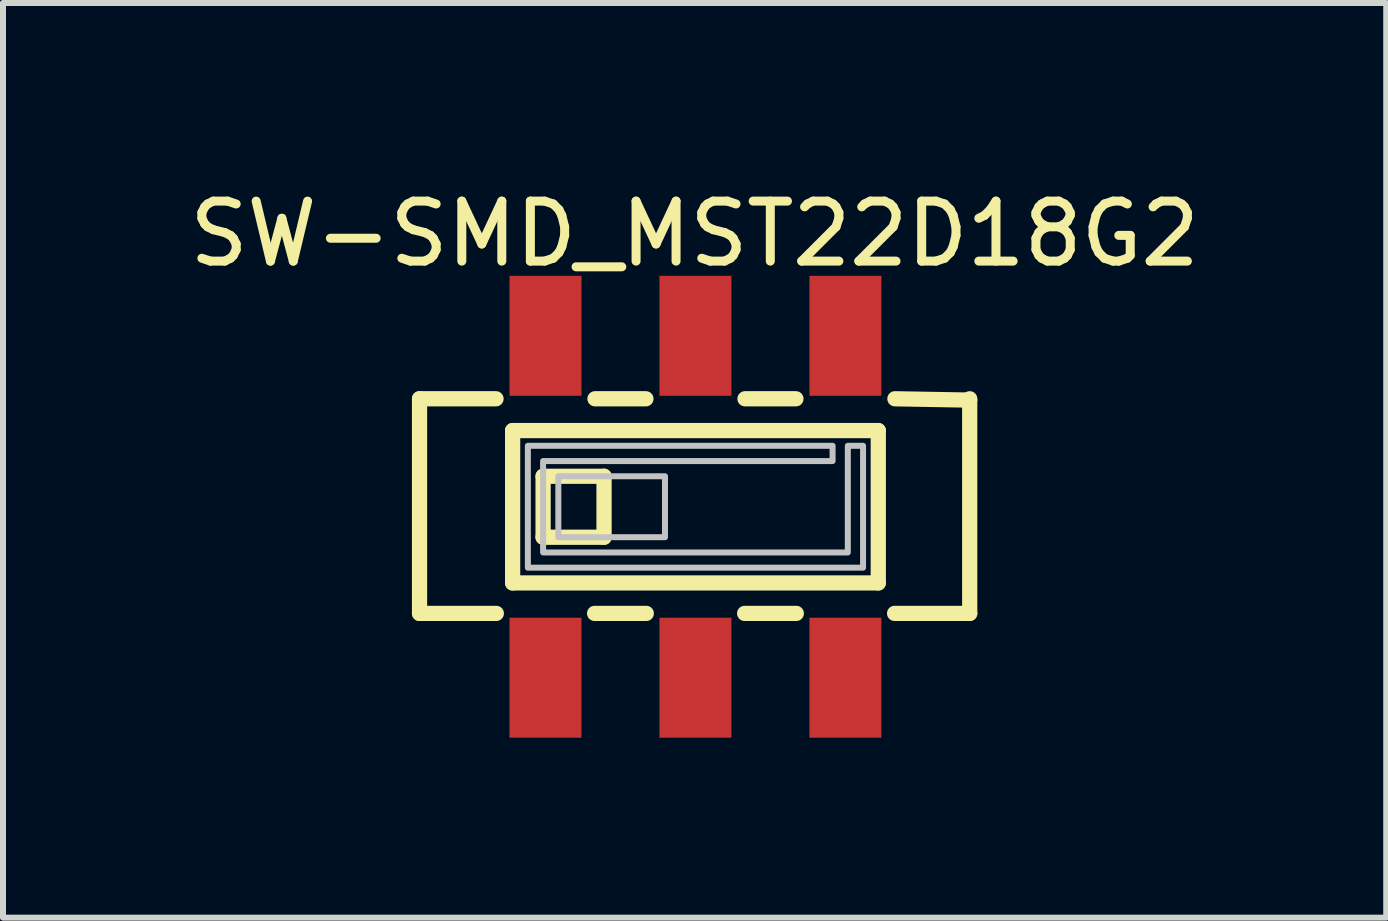
<source format=kicad_pcb>
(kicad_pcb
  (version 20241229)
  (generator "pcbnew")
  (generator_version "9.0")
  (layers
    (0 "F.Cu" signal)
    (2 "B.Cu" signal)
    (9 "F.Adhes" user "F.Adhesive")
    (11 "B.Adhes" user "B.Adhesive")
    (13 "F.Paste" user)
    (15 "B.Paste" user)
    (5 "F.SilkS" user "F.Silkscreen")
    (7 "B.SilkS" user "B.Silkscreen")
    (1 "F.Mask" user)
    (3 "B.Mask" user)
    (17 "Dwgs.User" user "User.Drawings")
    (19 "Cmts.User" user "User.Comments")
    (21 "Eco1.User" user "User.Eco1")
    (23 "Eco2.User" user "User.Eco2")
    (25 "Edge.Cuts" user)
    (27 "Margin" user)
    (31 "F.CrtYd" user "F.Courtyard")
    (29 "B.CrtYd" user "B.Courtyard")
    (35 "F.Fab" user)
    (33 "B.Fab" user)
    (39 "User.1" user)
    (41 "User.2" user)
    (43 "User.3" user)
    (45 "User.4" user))
  (footprint "SW-SMD_MST22D18G2"
    (layer "F.Cu")
    (at 8.544 5.398)
    (property "Reference" "SW-SMD_MST22D18G2" (at -0.014 -4.55 0) (layer "F.SilkS") (effects (font (size 1 1) (thickness 0.15))))
    (fp_line (start -4.6 -1.8) (end -4.6 1.778) (stroke (width 0.254) (type default)) (layer "F.SilkS"))
    (fp_line (start -4.6 -1.8) (end -3.325 -1.8) (stroke (width 0.254) (type default)) (layer "F.SilkS"))
    (fp_line (start -3.32 1.778) (end -4.6 1.778) (stroke (width 0.254) (type default)) (layer "F.SilkS"))
    (fp_line (start -3.048 -1.27) (end 3.048 -1.27) (stroke (width 0.254) (type default)) (layer "F.SilkS"))
    (fp_line (start -3.048 1.27) (end -3.048 -1.27) (stroke (width 0.254) (type default)) (layer "F.SilkS"))
    (fp_line (start -2.54 -0.508) (end -1.524 -0.508) (stroke (width 0.254) (type default)) (layer "F.SilkS"))
    (fp_line (start -2.54 0.508) (end -2.54 -0.508) (stroke (width 0.254) (type default)) (layer "F.SilkS"))
    (fp_line (start -1.675 -1.8) (end -0.826 -1.8) (stroke (width 0.254) (type default)) (layer "F.SilkS"))
    (fp_line (start -1.524 -0.508) (end -1.524 0.508) (stroke (width 0.254) (type default)) (layer "F.SilkS"))
    (fp_line (start -1.524 0.508) (end -2.54 0.508) (stroke (width 0.254) (type default)) (layer "F.SilkS"))
    (fp_line (start -0.82 1.778) (end -1.681 1.778) (stroke (width 0.254) (type default)) (layer "F.SilkS"))
    (fp_line (start 0.826 -1.8) (end 1.675 -1.8) (stroke (width 0.254) (type default)) (layer "F.SilkS"))
    (fp_line (start 1.681 1.778) (end 0.82 1.778) (stroke (width 0.254) (type default)) (layer "F.SilkS"))
    (fp_line (start 3.048 -1.27) (end 3.048 1.27) (stroke (width 0.254) (type default)) (layer "F.SilkS"))
    (fp_line (start 3.048 1.27) (end -3.048 1.27) (stroke (width 0.254) (type default)) (layer "F.SilkS"))
    (fp_line (start 3.325 -1.8) (end 4.572 -1.778) (stroke (width 0.254) (type default)) (layer "F.SilkS"))
    (fp_line (start 4.572 1.778) (end 3.32 1.778) (stroke (width 0.254) (type default)) (layer "F.SilkS"))
    (fp_line (start 4.572 1.778) (end 4.572 -1.8) (stroke (width 0.254) (type default)) (layer "F.SilkS"))
    (fp_poly (pts (xy -2.286 -0.508) (xy -2.286 0.508) (xy -0.508 0.508) (xy -0.508 -0.508)) (stroke (width 0.1) (type default)) (fill no) (layer "Dwgs.User"))
    (fp_poly (pts (xy -2.54 -1.016) (xy -2.794 -1.016) (xy -2.794 1.016) (xy 2.794 1.016) (xy 2.794 -1.016) (xy 2.54 -1.016) (xy 2.54 0.762) (xy -2.54 0.762) (xy -2.54 -0.762) (xy 2.286 -0.762) (xy 2.286 -1.016)) (stroke (width 0.1) (type default)) (fill no) (layer "Dwgs.User"))
    (fp_poly (pts (xy -2.75 -2.625) (xy -2.75 -3.425) (xy -2.25 -3.425) (xy -2.25 -2.625)) (stroke (width 0.1) (type default)) (fill no) (layer "User.1"))
    (fp_poly (pts (xy -2.75 -1.79) (xy -2.75 -2.635) (xy -2.25 -2.635) (xy -2.25 -1.79)) (stroke (width 0.1) (type default)) (fill no) (layer "User.1"))
    (fp_poly (pts (xy -2.75 2.635) (xy -2.75 1.79) (xy -2.25 1.79) (xy -2.25 2.635)) (stroke (width 0.1) (type default)) (fill no) (layer "User.1"))
    (fp_poly (pts (xy -2.75 3.425) (xy -2.75 2.625) (xy -2.25 2.625) (xy -2.25 3.425)) (stroke (width 0.1) (type default)) (fill no) (layer "User.1"))
    (fp_poly (pts (xy -0.25 -2.625) (xy -0.25 -3.425) (xy 0.25 -3.425) (xy 0.25 -2.625)) (stroke (width 0.1) (type default)) (fill no) (layer "User.1"))
    (fp_poly (pts (xy -0.25 -1.79) (xy -0.25 -2.635) (xy 0.25 -2.635) (xy 0.25 -1.79)) (stroke (width 0.1) (type default)) (fill no) (layer "User.1"))
    (fp_poly (pts (xy -0.25 2.635) (xy -0.25 1.79) (xy 0.25 1.79) (xy 0.25 2.635)) (stroke (width 0.1) (type default)) (fill no) (layer "User.1"))
    (fp_poly (pts (xy -0.25 3.425) (xy -0.25 2.625) (xy 0.25 2.625) (xy 0.25 3.425)) (stroke (width 0.1) (type default)) (fill no) (layer "User.1"))
    (fp_poly (pts (xy 2.25 -2.625) (xy 2.25 -3.425) (xy 2.75 -3.425) (xy 2.75 -2.625)) (stroke (width 0.1) (type default)) (fill no) (layer "User.1"))
    (fp_poly (pts (xy 2.25 -1.79) (xy 2.25 -2.635) (xy 2.75 -2.635) (xy 2.75 -1.79)) (stroke (width 0.1) (type default)) (fill no) (layer "User.1"))
    (fp_poly (pts (xy 2.25 2.635) (xy 2.25 1.79) (xy 2.75 1.79) (xy 2.75 2.635)) (stroke (width 0.1) (type default)) (fill no) (layer "User.1"))
    (fp_poly (pts (xy 2.25 3.425) (xy 2.25 2.625) (xy 2.75 2.625) (xy 2.75 3.425)) (stroke (width 0.1) (type default)) (fill no) (layer "User.1"))
    (fp_line (start -4.55 -1.8) (end 4.55 -1.8) (stroke (width 0.051) (type default)) (layer "User.2"))
    (fp_line (start -4.55 1.8) (end -4.55 -1.8) (stroke (width 0.051) (type default)) (layer "User.2"))
    (fp_line (start 4.55 -1.8) (end 4.55 1.8) (stroke (width 0.051) (type default)) (layer "User.2"))
    (fp_line (start 4.55 1.8) (end -4.55 1.8) (stroke (width 0.051) (type default)) (layer "User.2"))
    (fp_poly (pts (xy -4.495 -3.448) (xy -4.527 -3.48) (xy -4.573 -3.48) (xy -4.605 -3.448) (xy -4.605 -3.402) (xy -4.573 -3.37) (xy -4.527 -3.37) (xy -4.495 -3.402)) (stroke (width 0.1) (type default)) (fill no) (layer "User.3"))
    (pad "1" smd rect (at -2.5 -2.85 180) (size 1.2 2) (layers "F.Cu" "F.Mask" "F.Paste"))
    (pad "2" smd rect (at 0 -2.85 180) (size 1.2 2) (layers "F.Cu" "F.Mask" "F.Paste"))
    (pad "3" smd rect (at 2.5 -2.85 180) (size 1.2 2) (layers "F.Cu" "F.Mask" "F.Paste"))
    (pad "4" smd rect (at -2.5 2.85 180) (size 1.2 2) (layers "F.Cu" "F.Mask" "F.Paste"))
    (pad "5" smd rect (at 0 2.85 180) (size 1.2 2) (layers "F.Cu" "F.Mask" "F.Paste"))
    (pad "6" smd rect (at 2.5 2.85 180) (size 1.2 2) (layers "F.Cu" "F.Mask" "F.Paste")))
  (gr_rect
    (start -3 -3)
    (end 20.06 12.248)
    (stroke (width 0.1) (type default))
    (fill no)
    (layer "Edge.Cuts")))
</source>
